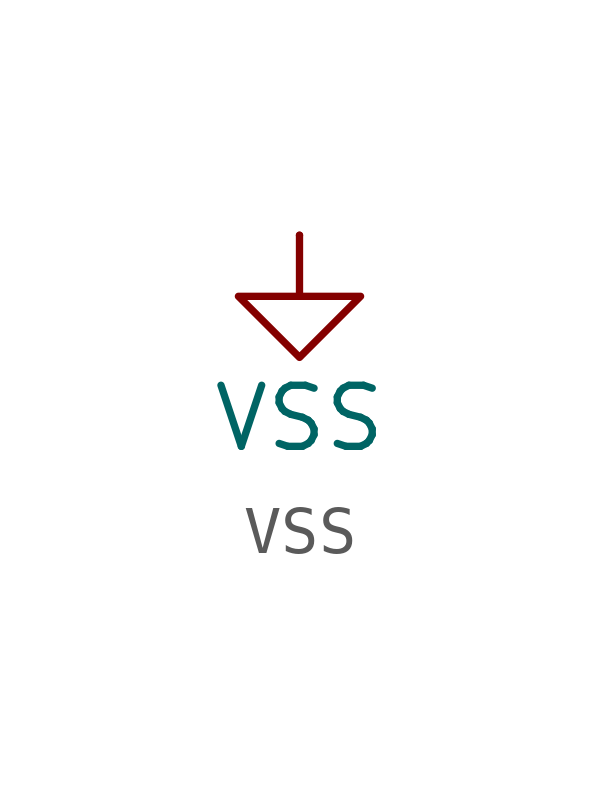
<source format=kicad_sym>
(kicad_symbol_lib
  (version 20241209)
  (generator "kicad_symbol_editor")
  (generator_version "9.0")
  (symbol "VSS"
    (power)
    (pin_numbers
      (hide yes))
    (pin_names
      (offset 0)
      (hide yes))
    (property "Reference" "#PWR"
      (at 0 0 0)
      (effects (font (size 1.27 1.27)) (hide yes)))
    (property "Value" "VSS"
      (at 0 -3.81 0)
      (do_not_autoplace)
      (effects (font (size 1.27 1.27))))
    (symbol "VSS_0_1"
      (polyline (pts (xy 0 0) (xy 0 -1.27) (xy 1.27 -1.27) (xy 0 -2.54) (xy -1.27 -1.27) (xy 0 -1.27)) (stroke (width 0) (type default)) (fill (type none))))
    (symbol "VSS_1_1"
      (pin power_in line (at 0 0 270) (length 0) (name "~" (effects (font (size 1.27 1.27)))) (number "1" (effects (font (size 1.27 1.27))))))))
</source>
